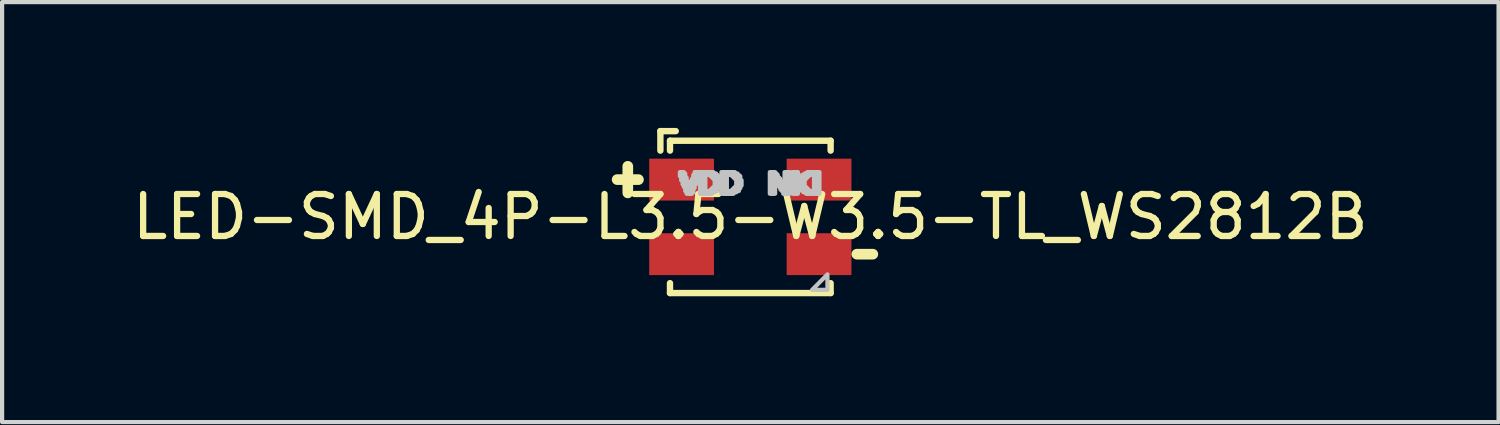
<source format=kicad_pcb>
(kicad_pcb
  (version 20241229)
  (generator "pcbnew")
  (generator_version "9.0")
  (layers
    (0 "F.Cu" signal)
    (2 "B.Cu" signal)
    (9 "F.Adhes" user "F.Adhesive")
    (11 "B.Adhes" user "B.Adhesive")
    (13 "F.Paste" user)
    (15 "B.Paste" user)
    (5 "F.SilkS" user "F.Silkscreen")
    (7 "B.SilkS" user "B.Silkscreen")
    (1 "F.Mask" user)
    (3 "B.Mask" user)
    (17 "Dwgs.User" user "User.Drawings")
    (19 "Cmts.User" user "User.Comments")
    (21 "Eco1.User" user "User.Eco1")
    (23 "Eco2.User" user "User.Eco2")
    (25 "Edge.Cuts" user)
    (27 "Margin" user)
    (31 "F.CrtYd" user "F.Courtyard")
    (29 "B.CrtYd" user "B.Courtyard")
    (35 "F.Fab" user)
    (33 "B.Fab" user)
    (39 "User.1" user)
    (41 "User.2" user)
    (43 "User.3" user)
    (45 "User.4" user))
  (footprint "LED-SMD_4P-L3.5-W3.5-TL_WS2812B"
    (layer "F.Cu")
    (at 14.839 2.121)
    (property "Reference" "LED-SMD_4P-L3.5-W3.5-TL_WS2812B" (at 0 0 0) (layer "F.SilkS") (effects (font (size 1 1) (thickness 0.15))))
    (fp_line (start -3.175 -0.889) (end -2.667 -0.889) (stroke (width 0.254) (type default)) (layer "F.SilkS"))
    (fp_line (start -2.921 -1.206) (end -2.921 -0.572) (stroke (width 0.254) (type default)) (layer "F.SilkS"))
    (fp_line (start -2.144 -2.045) (end -1.778 -2.045) (stroke (width 0.152) (type default)) (layer "F.SilkS"))
    (fp_line (start -2.144 -1.58) (end -2.144 -2.045) (stroke (width 0.152) (type default)) (layer "F.SilkS"))
    (fp_line (start -1.915 -1.816) (end 1.915 -1.816) (stroke (width 0.152) (type default)) (layer "F.SilkS"))
    (fp_line (start -1.915 -1.58) (end -1.915 -1.816) (stroke (width 0.152) (type default)) (layer "F.SilkS"))
    (fp_line (start -1.915 1.58) (end -1.915 1.816) (stroke (width 0.152) (type default)) (layer "F.SilkS"))
    (fp_line (start -1.915 1.816) (end 1.915 1.816) (stroke (width 0.152) (type default)) (layer "F.SilkS"))
    (fp_line (start 1.915 -1.816) (end 1.915 -1.58) (stroke (width 0.152) (type default)) (layer "F.SilkS"))
    (fp_line (start 1.915 1.816) (end 1.915 1.58) (stroke (width 0.152) (type default)) (layer "F.SilkS"))
    (fp_line (start 2.54 0.889) (end 2.921 0.889) (stroke (width 0.254) (type default)) (layer "F.SilkS"))
    (fp_poly (pts (xy 1.839 1.74) (xy 1.473 1.74) (xy 1.839 1.371)) (stroke (width 0.1) (type default)) (fill no) (layer "Dwgs.User"))
    (fp_poly (pts (xy -1.679 -1.067) (xy -1.649 -1.067) (xy -1.649 -0.971) (xy -1.679 -0.971)) (stroke (width 0.1) (type default)) (fill no) (layer "Dwgs.User"))
    (fp_poly (pts (xy -1.649 -1.067) (xy -1.615 -1.067) (xy -1.615 -0.874) (xy -1.649 -0.874)) (stroke (width 0.1) (type default)) (fill no) (layer "Dwgs.User"))
    (fp_poly (pts (xy -1.615 -1.067) (xy -1.585 -1.067) (xy -1.585 -0.777) (xy -1.615 -0.777)) (stroke (width 0.1) (type default)) (fill no) (layer "Dwgs.User"))
    (fp_poly (pts (xy -1.585 -1.034) (xy -1.552 -1.034) (xy -1.552 -0.714) (xy -1.585 -0.714)) (stroke (width 0.1) (type default)) (fill no) (layer "Dwgs.User"))
    (fp_poly (pts (xy -1.552 -0.938) (xy -1.519 -0.938) (xy -1.519 -0.617) (xy -1.552 -0.617)) (stroke (width 0.1) (type default)) (fill no) (layer "Dwgs.User"))
    (fp_poly (pts (xy -1.519 -0.844) (xy -1.488 -0.844) (xy -1.488 -0.553) (xy -1.519 -0.553)) (stroke (width 0.1) (type default)) (fill no) (layer "Dwgs.User"))
    (fp_poly (pts (xy -1.488 -0.747) (xy -1.456 -0.747) (xy -1.456 -0.553) (xy -1.488 -0.553)) (stroke (width 0.1) (type default)) (fill no) (layer "Dwgs.User"))
    (fp_poly (pts (xy -1.456 -0.747) (xy -1.425 -0.747) (xy -1.425 -0.553) (xy -1.456 -0.553)) (stroke (width 0.1) (type default)) (fill no) (layer "Dwgs.User"))
    (fp_poly (pts (xy -1.425 -0.844) (xy -1.392 -0.844) (xy -1.392 -0.553) (xy -1.425 -0.553)) (stroke (width 0.1) (type default)) (fill no) (layer "Dwgs.User"))
    (fp_poly (pts (xy -1.392 -0.907) (xy -1.359 -0.907) (xy -1.359 -0.587) (xy -1.392 -0.587)) (stroke (width 0.1) (type default)) (fill no) (layer "Dwgs.User"))
    (fp_poly (pts (xy -1.359 -1.001) (xy -1.329 -1.001) (xy -1.329 -0.683) (xy -1.359 -0.683)) (stroke (width 0.1) (type default)) (fill no) (layer "Dwgs.User"))
    (fp_poly (pts (xy -1.329 -1.067) (xy -1.296 -1.067) (xy -1.296 -0.777) (xy -1.329 -0.777)) (stroke (width 0.1) (type default)) (fill no) (layer "Dwgs.User"))
    (fp_poly (pts (xy -1.296 -1.067) (xy -1.265 -1.067) (xy -1.265 -0.874) (xy -1.296 -0.874)) (stroke (width 0.1) (type default)) (fill no) (layer "Dwgs.User"))
    (fp_poly (pts (xy -1.265 -1.067) (xy -1.232 -1.067) (xy -1.232 -0.971) (xy -1.265 -0.971)) (stroke (width 0.1) (type default)) (fill no) (layer "Dwgs.User"))
    (fp_poly (pts (xy -1.232 -1.067) (xy -1.199 -1.067) (xy -1.199 -1.034) (xy -1.232 -1.034)) (stroke (width 0.1) (type default)) (fill no) (layer "Dwgs.User"))
    (fp_poly (pts (xy -1.199 -1.067) (xy -1.169 -1.067) (xy -1.169 -0.553) (xy -1.199 -0.553)) (stroke (width 0.1) (type default)) (fill no) (layer "Dwgs.User"))
    (fp_poly (pts (xy -1.169 -1.067) (xy -1.135 -1.067) (xy -1.135 -0.553) (xy -1.169 -0.553)) (stroke (width 0.1) (type default)) (fill no) (layer "Dwgs.User"))
    (fp_poly (pts (xy -1.135 -1.067) (xy -1.105 -1.067) (xy -1.105 -0.553) (xy -1.135 -0.553)) (stroke (width 0.1) (type default)) (fill no) (layer "Dwgs.User"))
    (fp_poly (pts (xy -1.105 -1.067) (xy -1.072 -1.067) (xy -1.072 -0.553) (xy -1.105 -0.553)) (stroke (width 0.1) (type default)) (fill no) (layer "Dwgs.User"))
    (fp_poly (pts (xy -1.072 -1.067) (xy -1.039 -1.067) (xy -1.039 -1.001) (xy -1.072 -1.001)) (stroke (width 0.1) (type default)) (fill no) (layer "Dwgs.User"))
    (fp_poly (pts (xy -1.072 -0.617) (xy -1.039 -0.617) (xy -1.039 -0.553) (xy -1.072 -0.553)) (stroke (width 0.1) (type default)) (fill no) (layer "Dwgs.User"))
    (fp_poly (pts (xy -1.039 -1.067) (xy -1.008 -1.067) (xy -1.008 -1.001) (xy -1.039 -1.001)) (stroke (width 0.1) (type default)) (fill no) (layer "Dwgs.User"))
    (fp_poly (pts (xy -1.039 -0.617) (xy -1.008 -0.617) (xy -1.008 -0.553) (xy -1.039 -0.553)) (stroke (width 0.1) (type default)) (fill no) (layer "Dwgs.User"))
    (fp_poly (pts (xy -1.008 -1.067) (xy -0.976 -1.067) (xy -0.976 -1.001) (xy -1.008 -1.001)) (stroke (width 0.1) (type default)) (fill no) (layer "Dwgs.User"))
    (fp_poly (pts (xy -1.008 -0.617) (xy -0.976 -0.617) (xy -0.976 -0.553) (xy -1.008 -0.553)) (stroke (width 0.1) (type default)) (fill no) (layer "Dwgs.User"))
    (fp_poly (pts (xy -0.976 -1.067) (xy -0.945 -1.067) (xy -0.945 -1.001) (xy -0.976 -1.001)) (stroke (width 0.1) (type default)) (fill no) (layer "Dwgs.User"))
    (fp_poly (pts (xy -0.976 -0.617) (xy -0.945 -0.617) (xy -0.945 -0.553) (xy -0.976 -0.553)) (stroke (width 0.1) (type default)) (fill no) (layer "Dwgs.User"))
    (fp_poly (pts (xy -0.945 -1.067) (xy -0.912 -1.067) (xy -0.912 -0.971) (xy -0.945 -0.971)) (stroke (width 0.1) (type default)) (fill no) (layer "Dwgs.User"))
    (fp_poly (pts (xy -0.945 -0.65) (xy -0.912 -0.65) (xy -0.912 -0.553) (xy -0.945 -0.553)) (stroke (width 0.1) (type default)) (fill no) (layer "Dwgs.User"))
    (fp_poly (pts (xy -0.912 -1.067) (xy -0.879 -1.067) (xy -0.879 -0.938) (xy -0.912 -0.938)) (stroke (width 0.1) (type default)) (fill no) (layer "Dwgs.User"))
    (fp_poly (pts (xy -0.912 -0.683) (xy -0.879 -0.683) (xy -0.879 -0.587) (xy -0.912 -0.587)) (stroke (width 0.1) (type default)) (fill no) (layer "Dwgs.User"))
    (fp_poly (pts (xy -0.879 -1.034) (xy -0.849 -1.034) (xy -0.849 -0.907) (xy -0.879 -0.907)) (stroke (width 0.1) (type default)) (fill no) (layer "Dwgs.User"))
    (fp_poly (pts (xy -0.879 -0.714) (xy -0.849 -0.714) (xy -0.849 -0.587) (xy -0.879 -0.587)) (stroke (width 0.1) (type default)) (fill no) (layer "Dwgs.User"))
    (fp_poly (pts (xy -0.849 -1.034) (xy -0.816 -1.034) (xy -0.816 -0.617) (xy -0.849 -0.617)) (stroke (width 0.1) (type default)) (fill no) (layer "Dwgs.User"))
    (fp_poly (pts (xy -0.816 -1.001) (xy -0.785 -1.001) (xy -0.785 -0.617) (xy -0.816 -0.617)) (stroke (width 0.1) (type default)) (fill no) (layer "Dwgs.User"))
    (fp_poly (pts (xy -0.785 -0.971) (xy -0.752 -0.971) (xy -0.752 -0.683) (xy -0.785 -0.683)) (stroke (width 0.1) (type default)) (fill no) (layer "Dwgs.User"))
    (fp_poly (pts (xy -0.752 -0.874) (xy -0.719 -0.874) (xy -0.719 -0.747) (xy -0.752 -0.747)) (stroke (width 0.1) (type default)) (fill no) (layer "Dwgs.User"))
    (fp_poly (pts (xy -0.689 -1.067) (xy -0.655 -1.067) (xy -0.655 -0.553) (xy -0.689 -0.553)) (stroke (width 0.1) (type default)) (fill no) (layer "Dwgs.User"))
    (fp_poly (pts (xy -0.655 -1.067) (xy -0.625 -1.067) (xy -0.625 -0.553) (xy -0.655 -0.553)) (stroke (width 0.1) (type default)) (fill no) (layer "Dwgs.User"))
    (fp_poly (pts (xy -0.625 -1.067) (xy -0.592 -1.067) (xy -0.592 -0.553) (xy -0.625 -0.553)) (stroke (width 0.1) (type default)) (fill no) (layer "Dwgs.User"))
    (fp_poly (pts (xy -0.592 -1.067) (xy -0.559 -1.067) (xy -0.559 -0.553) (xy -0.592 -0.553)) (stroke (width 0.1) (type default)) (fill no) (layer "Dwgs.User"))
    (fp_poly (pts (xy -0.559 -1.067) (xy -0.528 -1.067) (xy -0.528 -1.001) (xy -0.559 -1.001)) (stroke (width 0.1) (type default)) (fill no) (layer "Dwgs.User"))
    (fp_poly (pts (xy -0.559 -0.617) (xy -0.528 -0.617) (xy -0.528 -0.553) (xy -0.559 -0.553)) (stroke (width 0.1) (type default)) (fill no) (layer "Dwgs.User"))
    (fp_poly (pts (xy -0.528 -1.067) (xy -0.495 -1.067) (xy -0.495 -1.001) (xy -0.528 -1.001)) (stroke (width 0.1) (type default)) (fill no) (layer "Dwgs.User"))
    (fp_poly (pts (xy -0.528 -0.617) (xy -0.495 -0.617) (xy -0.495 -0.553) (xy -0.528 -0.553)) (stroke (width 0.1) (type default)) (fill no) (layer "Dwgs.User"))
    (fp_poly (pts (xy -0.495 -1.067) (xy -0.465 -1.067) (xy -0.465 -1.001) (xy -0.495 -1.001)) (stroke (width 0.1) (type default)) (fill no) (layer "Dwgs.User"))
    (fp_poly (pts (xy -0.495 -0.617) (xy -0.465 -0.617) (xy -0.465 -0.553) (xy -0.495 -0.553)) (stroke (width 0.1) (type default)) (fill no) (layer "Dwgs.User"))
    (fp_poly (pts (xy -0.465 -1.067) (xy -0.432 -1.067) (xy -0.432 -1.001) (xy -0.465 -1.001)) (stroke (width 0.1) (type default)) (fill no) (layer "Dwgs.User"))
    (fp_poly (pts (xy -0.465 -0.617) (xy -0.432 -0.617) (xy -0.432 -0.553) (xy -0.465 -0.553)) (stroke (width 0.1) (type default)) (fill no) (layer "Dwgs.User"))
    (fp_poly (pts (xy -0.432 -1.067) (xy -0.399 -1.067) (xy -0.399 -0.971) (xy -0.432 -0.971)) (stroke (width 0.1) (type default)) (fill no) (layer "Dwgs.User"))
    (fp_poly (pts (xy -0.432 -0.65) (xy -0.399 -0.65) (xy -0.399 -0.553) (xy -0.432 -0.553)) (stroke (width 0.1) (type default)) (fill no) (layer "Dwgs.User"))
    (fp_poly (pts (xy -0.399 -1.067) (xy -0.368 -1.067) (xy -0.368 -0.938) (xy -0.399 -0.938)) (stroke (width 0.1) (type default)) (fill no) (layer "Dwgs.User"))
    (fp_poly (pts (xy -0.399 -0.683) (xy -0.368 -0.683) (xy -0.368 -0.587) (xy -0.399 -0.587)) (stroke (width 0.1) (type default)) (fill no) (layer "Dwgs.User"))
    (fp_poly (pts (xy -0.368 -1.034) (xy -0.336 -1.034) (xy -0.336 -0.907) (xy -0.368 -0.907)) (stroke (width 0.1) (type default)) (fill no) (layer "Dwgs.User"))
    (fp_poly (pts (xy -0.368 -0.714) (xy -0.336 -0.714) (xy -0.336 -0.587) (xy -0.368 -0.587)) (stroke (width 0.1) (type default)) (fill no) (layer "Dwgs.User"))
    (fp_poly (pts (xy -0.336 -1.034) (xy -0.305 -1.034) (xy -0.305 -0.617) (xy -0.336 -0.617)) (stroke (width 0.1) (type default)) (fill no) (layer "Dwgs.User"))
    (fp_poly (pts (xy -0.305 -1.001) (xy -0.272 -1.001) (xy -0.272 -0.617) (xy -0.305 -0.617)) (stroke (width 0.1) (type default)) (fill no) (layer "Dwgs.User"))
    (fp_poly (pts (xy -0.272 -0.971) (xy -0.239 -0.971) (xy -0.239 -0.683) (xy -0.272 -0.683)) (stroke (width 0.1) (type default)) (fill no) (layer "Dwgs.User"))
    (fp_poly (pts (xy -0.239 -0.874) (xy -0.208 -0.874) (xy -0.208 -0.747) (xy -0.239 -0.747)) (stroke (width 0.1) (type default)) (fill no) (layer "Dwgs.User"))
    (fp_poly (pts (xy 0.465 -1.067) (xy 0.495 -1.067) (xy 0.495 -0.553) (xy 0.465 -0.553)) (stroke (width 0.1) (type default)) (fill no) (layer "Dwgs.User"))
    (fp_poly (pts (xy 0.495 -1.067) (xy 0.528 -1.067) (xy 0.528 -0.553) (xy 0.495 -0.553)) (stroke (width 0.1) (type default)) (fill no) (layer "Dwgs.User"))
    (fp_poly (pts (xy 0.528 -1.067) (xy 0.559 -1.067) (xy 0.559 -0.553) (xy 0.528 -0.553)) (stroke (width 0.1) (type default)) (fill no) (layer "Dwgs.User"))
    (fp_poly (pts (xy 0.559 -1.067) (xy 0.592 -1.067) (xy 0.592 -0.553) (xy 0.559 -0.553)) (stroke (width 0.1) (type default)) (fill no) (layer "Dwgs.User"))
    (fp_poly (pts (xy 0.592 -1.034) (xy 0.625 -1.034) (xy 0.625 -0.844) (xy 0.592 -0.844)) (stroke (width 0.1) (type default)) (fill no) (layer "Dwgs.User"))
    (fp_poly (pts (xy 0.625 -1.001) (xy 0.655 -1.001) (xy 0.655 -0.81) (xy 0.625 -0.81)) (stroke (width 0.1) (type default)) (fill no) (layer "Dwgs.User"))
    (fp_poly (pts (xy 0.655 -0.938) (xy 0.689 -0.938) (xy 0.689 -0.747) (xy 0.655 -0.747)) (stroke (width 0.1) (type default)) (fill no) (layer "Dwgs.User"))
    (fp_poly (pts (xy 0.689 -0.907) (xy 0.719 -0.907) (xy 0.719 -0.714) (xy 0.689 -0.714)) (stroke (width 0.1) (type default)) (fill no) (layer "Dwgs.User"))
    (fp_poly (pts (xy 0.719 -0.844) (xy 0.752 -0.844) (xy 0.752 -0.65) (xy 0.719 -0.65)) (stroke (width 0.1) (type default)) (fill no) (layer "Dwgs.User"))
    (fp_poly (pts (xy 0.752 -0.777) (xy 0.785 -0.777) (xy 0.785 -0.617) (xy 0.752 -0.617)) (stroke (width 0.1) (type default)) (fill no) (layer "Dwgs.User"))
    (fp_poly (pts (xy 0.785 -0.747) (xy 0.816 -0.747) (xy 0.816 -0.553) (xy 0.785 -0.553)) (stroke (width 0.1) (type default)) (fill no) (layer "Dwgs.User"))
    (fp_poly (pts (xy 0.816 -1.067) (xy 0.849 -1.067) (xy 0.849 -0.553) (xy 0.816 -0.553)) (stroke (width 0.1) (type default)) (fill no) (layer "Dwgs.User"))
    (fp_poly (pts (xy 0.849 -1.067) (xy 0.879 -1.067) (xy 0.879 -0.553) (xy 0.849 -0.553)) (stroke (width 0.1) (type default)) (fill no) (layer "Dwgs.User"))
    (fp_poly (pts (xy 0.879 -1.067) (xy 0.912 -1.067) (xy 0.912 -0.553) (xy 0.879 -0.553)) (stroke (width 0.1) (type default)) (fill no) (layer "Dwgs.User"))
    (fp_poly (pts (xy 0.912 -1.067) (xy 0.945 -1.067) (xy 0.945 -0.553) (xy 0.912 -0.553)) (stroke (width 0.1) (type default)) (fill no) (layer "Dwgs.User"))
    (fp_poly (pts (xy 1.008 -1.067) (xy 1.039 -1.067) (xy 1.039 -0.553) (xy 1.008 -0.553)) (stroke (width 0.1) (type default)) (fill no) (layer "Dwgs.User"))
    (fp_poly (pts (xy 1.039 -1.067) (xy 1.072 -1.067) (xy 1.072 -0.553) (xy 1.039 -0.553)) (stroke (width 0.1) (type default)) (fill no) (layer "Dwgs.User"))
    (fp_poly (pts (xy 1.072 -1.067) (xy 1.105 -1.067) (xy 1.105 -0.553) (xy 1.072 -0.553)) (stroke (width 0.1) (type default)) (fill no) (layer "Dwgs.User"))
    (fp_poly (pts (xy 1.105 -1.067) (xy 1.135 -1.067) (xy 1.135 -0.553) (xy 1.105 -0.553)) (stroke (width 0.1) (type default)) (fill no) (layer "Dwgs.User"))
    (fp_poly (pts (xy 1.169 -0.874) (xy 1.199 -0.874) (xy 1.199 -0.747) (xy 1.169 -0.747)) (stroke (width 0.1) (type default)) (fill no) (layer "Dwgs.User"))
    (fp_poly (pts (xy 1.199 -0.938) (xy 1.232 -0.938) (xy 1.232 -0.65) (xy 1.199 -0.65)) (stroke (width 0.1) (type default)) (fill no) (layer "Dwgs.User"))
    (fp_poly (pts (xy 1.232 -1.001) (xy 1.265 -1.001) (xy 1.265 -0.617) (xy 1.232 -0.617)) (stroke (width 0.1) (type default)) (fill no) (layer "Dwgs.User"))
    (fp_poly (pts (xy 1.265 -1.001) (xy 1.296 -1.001) (xy 1.296 -0.587) (xy 1.265 -0.587)) (stroke (width 0.1) (type default)) (fill no) (layer "Dwgs.User"))
    (fp_poly (pts (xy 1.296 -1.034) (xy 1.329 -1.034) (xy 1.329 -0.907) (xy 1.296 -0.907)) (stroke (width 0.1) (type default)) (fill no) (layer "Dwgs.User"))
    (fp_poly (pts (xy 1.296 -0.714) (xy 1.329 -0.714) (xy 1.329 -0.587) (xy 1.296 -0.587)) (stroke (width 0.1) (type default)) (fill no) (layer "Dwgs.User"))
    (fp_poly (pts (xy 1.329 -1.034) (xy 1.359 -1.034) (xy 1.359 -0.938) (xy 1.329 -0.938)) (stroke (width 0.1) (type default)) (fill no) (layer "Dwgs.User"))
    (fp_poly (pts (xy 1.329 -0.683) (xy 1.359 -0.683) (xy 1.359 -0.553) (xy 1.329 -0.553)) (stroke (width 0.1) (type default)) (fill no) (layer "Dwgs.User"))
    (fp_poly (pts (xy 1.359 -1.067) (xy 1.392 -1.067) (xy 1.392 -0.971) (xy 1.359 -0.971)) (stroke (width 0.1) (type default)) (fill no) (layer "Dwgs.User"))
    (fp_poly (pts (xy 1.359 -0.65) (xy 1.392 -0.65) (xy 1.392 -0.553) (xy 1.359 -0.553)) (stroke (width 0.1) (type default)) (fill no) (layer "Dwgs.User"))
    (fp_poly (pts (xy 1.392 -1.067) (xy 1.425 -1.067) (xy 1.425 -1.001) (xy 1.392 -1.001)) (stroke (width 0.1) (type default)) (fill no) (layer "Dwgs.User"))
    (fp_poly (pts (xy 1.392 -0.617) (xy 1.425 -0.617) (xy 1.425 -0.553) (xy 1.392 -0.553)) (stroke (width 0.1) (type default)) (fill no) (layer "Dwgs.User"))
    (fp_poly (pts (xy 1.425 -1.067) (xy 1.456 -1.067) (xy 1.456 -1.001) (xy 1.425 -1.001)) (stroke (width 0.1) (type default)) (fill no) (layer "Dwgs.User"))
    (fp_poly (pts (xy 1.425 -0.617) (xy 1.456 -0.617) (xy 1.456 -0.553) (xy 1.425 -0.553)) (stroke (width 0.1) (type default)) (fill no) (layer "Dwgs.User"))
    (fp_poly (pts (xy 1.456 -1.067) (xy 1.488 -1.067) (xy 1.488 -1.001) (xy 1.456 -1.001)) (stroke (width 0.1) (type default)) (fill no) (layer "Dwgs.User"))
    (fp_poly (pts (xy 1.456 -0.617) (xy 1.488 -0.617) (xy 1.488 -0.553) (xy 1.456 -0.553)) (stroke (width 0.1) (type default)) (fill no) (layer "Dwgs.User"))
    (fp_poly (pts (xy 1.488 -1.067) (xy 1.519 -1.067) (xy 1.519 -1.001) (xy 1.488 -1.001)) (stroke (width 0.1) (type default)) (fill no) (layer "Dwgs.User"))
    (fp_poly (pts (xy 1.488 -0.617) (xy 1.519 -0.617) (xy 1.519 -0.553) (xy 1.488 -0.553)) (stroke (width 0.1) (type default)) (fill no) (layer "Dwgs.User"))
    (fp_poly (pts (xy 1.519 -1.067) (xy 1.552 -1.067) (xy 1.552 -0.553) (xy 1.519 -0.553)) (stroke (width 0.1) (type default)) (fill no) (layer "Dwgs.User"))
    (fp_poly (pts (xy 1.552 -1.067) (xy 1.585 -1.067) (xy 1.585 -0.553) (xy 1.552 -0.553)) (stroke (width 0.1) (type default)) (fill no) (layer "Dwgs.User"))
    (fp_poly (pts (xy 1.585 -1.067) (xy 1.615 -1.067) (xy 1.615 -0.553) (xy 1.585 -0.553)) (stroke (width 0.1) (type default)) (fill no) (layer "Dwgs.User"))
    (fp_poly (pts (xy 1.615 -1.067) (xy 1.649 -1.067) (xy 1.649 -0.553) (xy 1.615 -0.553)) (stroke (width 0.1) (type default)) (fill no) (layer "Dwgs.User"))
    (fp_poly (pts (xy -1.839 -1.29) (xy -0.889 -1.29) (xy -0.889 -0.49) (xy -1.839 -0.49)) (stroke (width 0.1) (type default)) (fill no) (layer "User.1"))
    (fp_poly (pts (xy -1.839 0.49) (xy -0.889 0.49) (xy -0.889 1.29) (xy -1.839 1.29)) (stroke (width 0.1) (type default)) (fill no) (layer "User.1"))
    (fp_poly (pts (xy 1.839 -1.29) (xy 0.889 -1.29) (xy 0.889 -0.49) (xy 1.839 -0.49)) (stroke (width 0.1) (type default)) (fill no) (layer "User.1"))
    (fp_poly (pts (xy 1.839 0.49) (xy 0.889 0.49) (xy 0.889 1.29) (xy 1.839 1.29)) (stroke (width 0.1) (type default)) (fill no) (layer "User.1"))
    (fp_line (start -1.839 -1.74) (end 1.839 -1.74) (stroke (width 0.051) (type default)) (layer "User.2"))
    (fp_line (start -1.839 1.74) (end -1.839 -1.74) (stroke (width 0.051) (type default)) (layer "User.2"))
    (fp_line (start 1.839 -1.74) (end 1.839 1.74) (stroke (width 0.051) (type default)) (layer "User.2"))
    (fp_line (start 1.839 1.74) (end -1.839 1.74) (stroke (width 0.051) (type default)) (layer "User.2"))
    (fp_poly (pts (xy -1.783 -1.763) (xy -1.816 -1.796) (xy -1.862 -1.796) (xy -1.895 -1.763) (xy -1.895 -1.717) (xy -1.862 -1.684) (xy -1.816 -1.684) (xy -1.783 -1.717)) (stroke (width 0.1) (type default)) (fill no) (layer "User.3"))
    (pad "1" smd rect (at -1.639 -0.889) (size 1.544 0.998) (layers "F.Cu" "F.Mask" "F.Paste"))
    (pad "2" smd rect (at -1.639 0.889) (size 1.544 0.998) (layers "F.Cu" "F.Mask" "F.Paste"))
    (pad "3" smd rect (at 1.639 0.889) (size 1.544 0.998) (layers "F.Cu" "F.Mask" "F.Paste"))
    (pad "4" smd rect (at 1.639 -0.889) (size 1.544 0.998) (layers "F.Cu" "F.Mask" "F.Paste")))
  (gr_rect
    (start -3 -3)
    (end 32.679 7.013)
    (stroke (width 0.1) (type default))
    (fill no)
    (layer "Edge.Cuts")))
</source>
